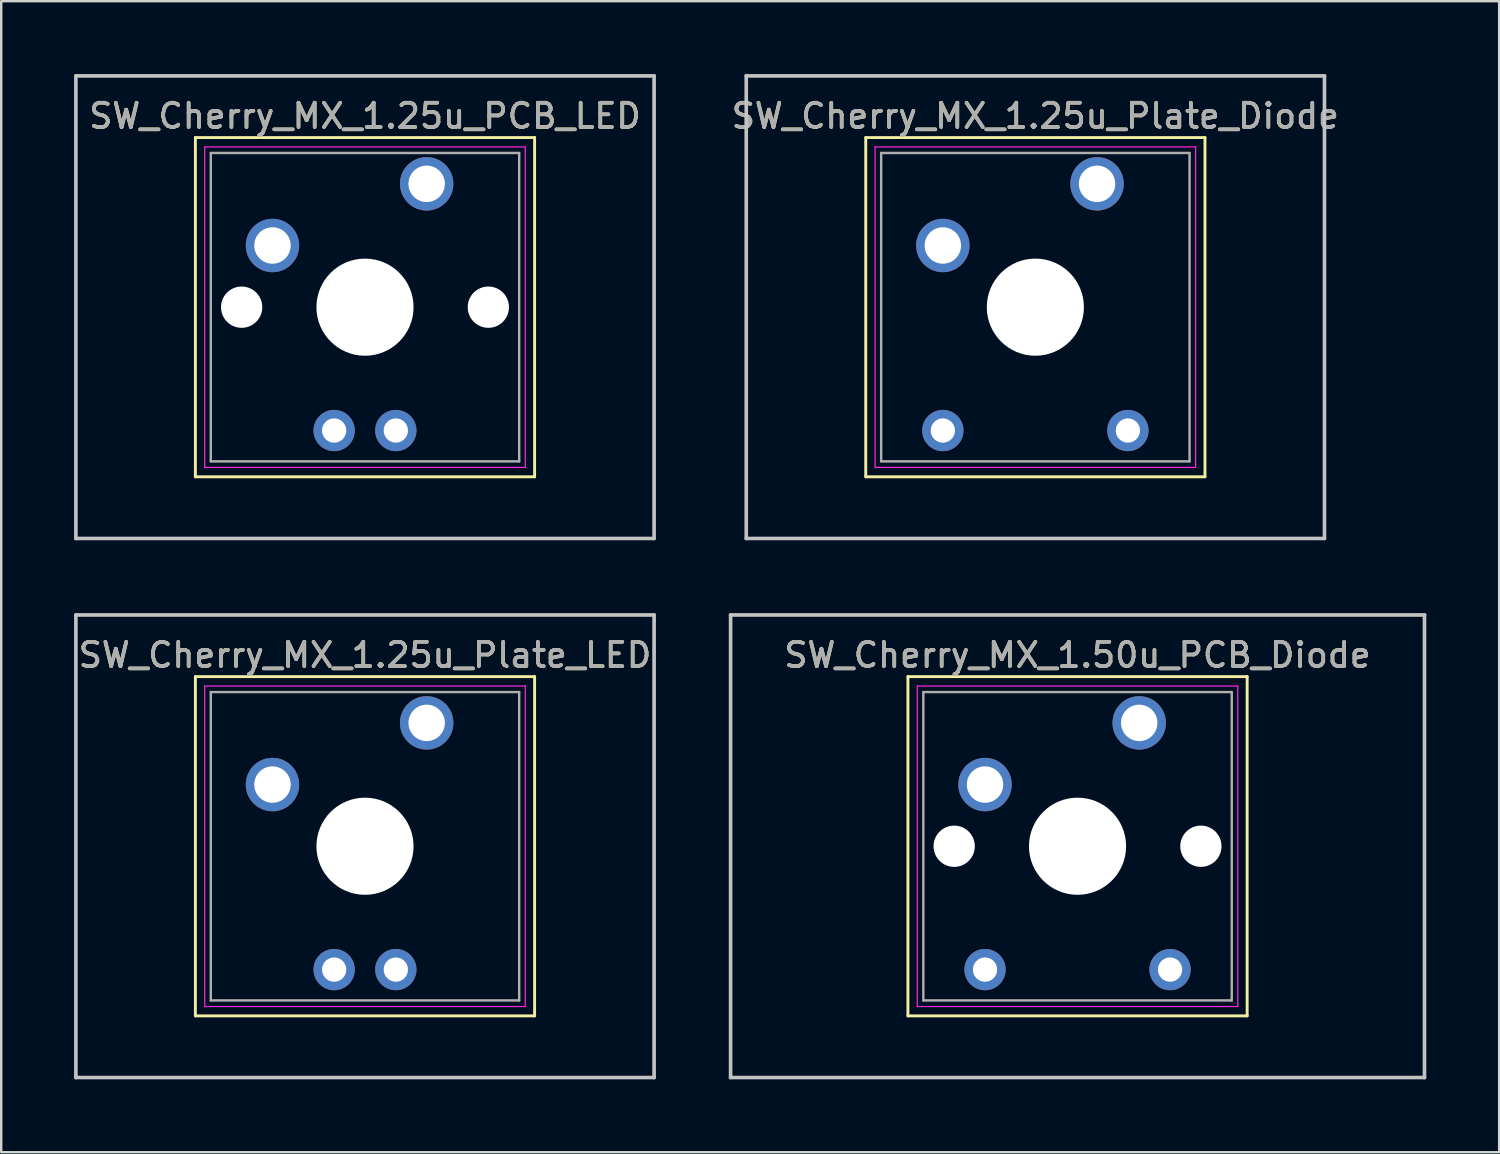
<source format=kicad_pcb>
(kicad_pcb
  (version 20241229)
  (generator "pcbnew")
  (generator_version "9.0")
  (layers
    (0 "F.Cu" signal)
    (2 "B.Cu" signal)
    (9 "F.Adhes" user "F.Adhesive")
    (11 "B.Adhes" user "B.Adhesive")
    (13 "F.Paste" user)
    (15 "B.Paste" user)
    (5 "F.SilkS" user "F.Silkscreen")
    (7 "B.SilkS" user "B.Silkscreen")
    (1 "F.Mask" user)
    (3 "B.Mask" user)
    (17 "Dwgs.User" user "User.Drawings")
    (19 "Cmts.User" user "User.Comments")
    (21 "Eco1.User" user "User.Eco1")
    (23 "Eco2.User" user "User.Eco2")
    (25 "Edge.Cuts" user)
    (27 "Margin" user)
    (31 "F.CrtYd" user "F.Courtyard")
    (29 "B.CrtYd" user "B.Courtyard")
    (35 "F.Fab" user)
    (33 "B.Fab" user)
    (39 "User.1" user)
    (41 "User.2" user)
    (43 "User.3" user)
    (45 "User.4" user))
  (footprint "SW_Cherry_MX_1.25u_Plate_Diode"
    (layer "F.Cu")
    (at 42.128 4.52)
    (property "Reference" "SW_Cherry_MX_1.25u_Plate_Diode" (at -2.54 -2.794 0) (layer "F.SilkS") (effects (font (size 1 1) (thickness 0.15))))
    (attr through_hole)
    (fp_line (start -9.525 -1.905) (end 4.445 -1.905) (stroke (width 0.12) (type solid)) (layer "F.SilkS"))
    (fp_line (start -9.525 12.065) (end -9.525 -1.905) (stroke (width 0.12) (type solid)) (layer "F.SilkS"))
    (fp_line (start 4.445 -1.905) (end 4.445 12.065) (stroke (width 0.12) (type solid)) (layer "F.SilkS"))
    (fp_line (start 4.445 12.065) (end -9.525 12.065) (stroke (width 0.12) (type solid)) (layer "F.SilkS"))
    (fp_line (start -14.446 -4.445) (end 9.366 -4.445) (stroke (width 0.15) (type solid)) (layer "Dwgs.User"))
    (fp_line (start -14.446 14.605) (end -14.446 -4.445) (stroke (width 0.15) (type solid)) (layer "Dwgs.User"))
    (fp_line (start 9.366 -4.445) (end 9.366 14.605) (stroke (width 0.15) (type solid)) (layer "Dwgs.User"))
    (fp_line (start 9.366 14.605) (end -14.446 14.605) (stroke (width 0.15) (type solid)) (layer "Dwgs.User"))
    (fp_line (start -9.14 -1.52) (end 4.06 -1.52) (stroke (width 0.05) (type solid)) (layer "F.CrtYd"))
    (fp_line (start -9.14 11.68) (end -9.14 -1.52) (stroke (width 0.05) (type solid)) (layer "F.CrtYd"))
    (fp_line (start 4.06 -1.52) (end 4.06 11.68) (stroke (width 0.05) (type solid)) (layer "F.CrtYd"))
    (fp_line (start 4.06 11.68) (end -9.14 11.68) (stroke (width 0.05) (type solid)) (layer "F.CrtYd"))
    (fp_line (start -8.89 -1.27) (end 3.81 -1.27) (stroke (width 0.1) (type solid)) (layer "F.Fab"))
    (fp_line (start -8.89 11.43) (end -8.89 -1.27) (stroke (width 0.1) (type solid)) (layer "F.Fab"))
    (fp_line (start 3.81 -1.27) (end 3.81 11.43) (stroke (width 0.1) (type solid)) (layer "F.Fab"))
    (fp_line (start 3.81 11.43) (end -8.89 11.43) (stroke (width 0.1) (type solid)) (layer "F.Fab"))
    (fp_text user "${REFERENCE}" (at -2.54 -2.794 0) (layer "F.Fab") (effects (font (size 1 1) (thickness 0.15))))
    (pad "" np_thru_hole circle (at -2.54 5.08) (size 4 4) (drill 4) (layers "*.Cu" "*.Mask"))
    (pad "1" thru_hole circle (at 0 0) (size 2.2 2.2) (drill 1.5) (layers "*.Cu" "*.Mask"))
    (pad "2" thru_hole circle (at -6.35 2.54) (size 2.2 2.2) (drill 1.5) (layers "*.Cu" "*.Mask"))
    (pad "3" thru_hole circle (at 1.27 10.16) (size 1.7 1.7) (drill 1) (layers "*.Cu" "*.Mask"))
    (pad "4" thru_hole circle (at -6.35 10.16) (size 1.7 1.7) (drill 1) (layers "*.Cu" "*.Mask")))
  (footprint "SW_Cherry_MX_1.25u_Plate_LED"
    (layer "F.Cu")
    (at 14.521 26.72)
    (property "Reference" "SW_Cherry_MX_1.25u_Plate_LED" (at -2.54 -2.794 0) (layer "F.SilkS") (effects (font (size 1 1) (thickness 0.15))))
    (attr through_hole)
    (fp_line (start -9.525 -1.905) (end 4.445 -1.905) (stroke (width 0.12) (type solid)) (layer "F.SilkS"))
    (fp_line (start -9.525 12.065) (end -9.525 -1.905) (stroke (width 0.12) (type solid)) (layer "F.SilkS"))
    (fp_line (start 4.445 -1.905) (end 4.445 12.065) (stroke (width 0.12) (type solid)) (layer "F.SilkS"))
    (fp_line (start 4.445 12.065) (end -9.525 12.065) (stroke (width 0.12) (type solid)) (layer "F.SilkS"))
    (fp_line (start -14.446 -4.445) (end 9.366 -4.445) (stroke (width 0.15) (type solid)) (layer "Dwgs.User"))
    (fp_line (start -14.446 14.605) (end -14.446 -4.445) (stroke (width 0.15) (type solid)) (layer "Dwgs.User"))
    (fp_line (start 9.366 -4.445) (end 9.366 14.605) (stroke (width 0.15) (type solid)) (layer "Dwgs.User"))
    (fp_line (start 9.366 14.605) (end -14.446 14.605) (stroke (width 0.15) (type solid)) (layer "Dwgs.User"))
    (fp_line (start -9.14 -1.52) (end 4.06 -1.52) (stroke (width 0.05) (type solid)) (layer "F.CrtYd"))
    (fp_line (start -9.14 11.68) (end -9.14 -1.52) (stroke (width 0.05) (type solid)) (layer "F.CrtYd"))
    (fp_line (start 4.06 -1.52) (end 4.06 11.68) (stroke (width 0.05) (type solid)) (layer "F.CrtYd"))
    (fp_line (start 4.06 11.68) (end -9.14 11.68) (stroke (width 0.05) (type solid)) (layer "F.CrtYd"))
    (fp_line (start -8.89 -1.27) (end 3.81 -1.27) (stroke (width 0.1) (type solid)) (layer "F.Fab"))
    (fp_line (start -8.89 11.43) (end -8.89 -1.27) (stroke (width 0.1) (type solid)) (layer "F.Fab"))
    (fp_line (start 3.81 -1.27) (end 3.81 11.43) (stroke (width 0.1) (type solid)) (layer "F.Fab"))
    (fp_line (start 3.81 11.43) (end -8.89 11.43) (stroke (width 0.1) (type solid)) (layer "F.Fab"))
    (fp_text user "${REFERENCE}" (at -2.54 -2.794 0) (layer "F.Fab") (effects (font (size 1 1) (thickness 0.15))))
    (pad "" np_thru_hole circle (at -2.54 5.08) (size 4 4) (drill 4) (layers "*.Cu" "*.Mask"))
    (pad "1" thru_hole circle (at 0 0) (size 2.2 2.2) (drill 1.5) (layers "*.Cu" "*.Mask"))
    (pad "2" thru_hole circle (at -6.35 2.54) (size 2.2 2.2) (drill 1.5) (layers "*.Cu" "*.Mask"))
    (pad "3" thru_hole circle (at -1.27 10.16) (size 1.7 1.7) (drill 1) (layers "*.Cu" "*.Mask"))
    (pad "4" thru_hole circle (at -3.81 10.16) (size 1.7 1.7) (drill 1) (layers "*.Cu" "*.Mask")))
  (footprint "SW_Cherry_MX_1.50u_PCB_Diode"
    (layer "F.Cu")
    (at 43.865 26.72)
    (property "Reference" "SW_Cherry_MX_1.50u_PCB_Diode" (at -2.54 -2.794 0) (layer "F.SilkS") (effects (font (size 1 1) (thickness 0.15))))
    (attr through_hole)
    (fp_line (start -9.525 -1.905) (end 4.445 -1.905) (stroke (width 0.12) (type solid)) (layer "F.SilkS"))
    (fp_line (start -9.525 12.065) (end -9.525 -1.905) (stroke (width 0.12) (type solid)) (layer "F.SilkS"))
    (fp_line (start 4.445 -1.905) (end 4.445 12.065) (stroke (width 0.12) (type solid)) (layer "F.SilkS"))
    (fp_line (start 4.445 12.065) (end -9.525 12.065) (stroke (width 0.12) (type solid)) (layer "F.SilkS"))
    (fp_line (start -16.828 -4.445) (end 11.748 -4.445) (stroke (width 0.15) (type solid)) (layer "Dwgs.User"))
    (fp_line (start -16.828 14.605) (end -16.828 -4.445) (stroke (width 0.15) (type solid)) (layer "Dwgs.User"))
    (fp_line (start 11.748 -4.445) (end 11.748 14.605) (stroke (width 0.15) (type solid)) (layer "Dwgs.User"))
    (fp_line (start 11.748 14.605) (end -16.828 14.605) (stroke (width 0.15) (type solid)) (layer "Dwgs.User"))
    (fp_line (start -9.14 -1.52) (end 4.06 -1.52) (stroke (width 0.05) (type solid)) (layer "F.CrtYd"))
    (fp_line (start -9.14 11.68) (end -9.14 -1.52) (stroke (width 0.05) (type solid)) (layer "F.CrtYd"))
    (fp_line (start 4.06 -1.52) (end 4.06 11.68) (stroke (width 0.05) (type solid)) (layer "F.CrtYd"))
    (fp_line (start 4.06 11.68) (end -9.14 11.68) (stroke (width 0.05) (type solid)) (layer "F.CrtYd"))
    (fp_line (start -8.89 -1.27) (end 3.81 -1.27) (stroke (width 0.1) (type solid)) (layer "F.Fab"))
    (fp_line (start -8.89 11.43) (end -8.89 -1.27) (stroke (width 0.1) (type solid)) (layer "F.Fab"))
    (fp_line (start 3.81 -1.27) (end 3.81 11.43) (stroke (width 0.1) (type solid)) (layer "F.Fab"))
    (fp_line (start 3.81 11.43) (end -8.89 11.43) (stroke (width 0.1) (type solid)) (layer "F.Fab"))
    (fp_text user "${REFERENCE}" (at -2.54 -2.794 0) (layer "F.Fab") (effects (font (size 1 1) (thickness 0.15))))
    (pad "" np_thru_hole circle (at -7.62 5.08) (size 1.7 1.7) (drill 1.7) (layers "*.Cu" "*.Mask"))
    (pad "" np_thru_hole circle (at -2.54 5.08) (size 4 4) (drill 4) (layers "*.Cu" "*.Mask"))
    (pad "" np_thru_hole circle (at 2.54 5.08) (size 1.7 1.7) (drill 1.7) (layers "*.Cu" "*.Mask"))
    (pad "1" thru_hole circle (at 0 0) (size 2.2 2.2) (drill 1.5) (layers "*.Cu" "*.Mask"))
    (pad "2" thru_hole circle (at -6.35 2.54) (size 2.2 2.2) (drill 1.5) (layers "*.Cu" "*.Mask"))
    (pad "3" thru_hole circle (at 1.27 10.16) (size 1.7 1.7) (drill 1) (layers "*.Cu" "*.Mask"))
    (pad "4" thru_hole circle (at -6.35 10.16) (size 1.7 1.7) (drill 1) (layers "*.Cu" "*.Mask")))
  (footprint "SW_Cherry_MX_1.25u_PCB_LED"
    (layer "F.Cu")
    (at 14.521 4.52)
    (property "Reference" "SW_Cherry_MX_1.25u_PCB_LED" (at -2.54 -2.794 0) (layer "F.SilkS") (effects (font (size 1 1) (thickness 0.15))))
    (attr through_hole)
    (fp_line (start -9.525 -1.905) (end 4.445 -1.905) (stroke (width 0.12) (type solid)) (layer "F.SilkS"))
    (fp_line (start -9.525 12.065) (end -9.525 -1.905) (stroke (width 0.12) (type solid)) (layer "F.SilkS"))
    (fp_line (start 4.445 -1.905) (end 4.445 12.065) (stroke (width 0.12) (type solid)) (layer "F.SilkS"))
    (fp_line (start 4.445 12.065) (end -9.525 12.065) (stroke (width 0.12) (type solid)) (layer "F.SilkS"))
    (fp_line (start -14.446 -4.445) (end 9.366 -4.445) (stroke (width 0.15) (type solid)) (layer "Dwgs.User"))
    (fp_line (start -14.446 14.605) (end -14.446 -4.445) (stroke (width 0.15) (type solid)) (layer "Dwgs.User"))
    (fp_line (start 9.366 -4.445) (end 9.366 14.605) (stroke (width 0.15) (type solid)) (layer "Dwgs.User"))
    (fp_line (start 9.366 14.605) (end -14.446 14.605) (stroke (width 0.15) (type solid)) (layer "Dwgs.User"))
    (fp_line (start -9.14 -1.52) (end 4.06 -1.52) (stroke (width 0.05) (type solid)) (layer "F.CrtYd"))
    (fp_line (start -9.14 11.68) (end -9.14 -1.52) (stroke (width 0.05) (type solid)) (layer "F.CrtYd"))
    (fp_line (start 4.06 -1.52) (end 4.06 11.68) (stroke (width 0.05) (type solid)) (layer "F.CrtYd"))
    (fp_line (start 4.06 11.68) (end -9.14 11.68) (stroke (width 0.05) (type solid)) (layer "F.CrtYd"))
    (fp_line (start -8.89 -1.27) (end 3.81 -1.27) (stroke (width 0.1) (type solid)) (layer "F.Fab"))
    (fp_line (start -8.89 11.43) (end -8.89 -1.27) (stroke (width 0.1) (type solid)) (layer "F.Fab"))
    (fp_line (start 3.81 -1.27) (end 3.81 11.43) (stroke (width 0.1) (type solid)) (layer "F.Fab"))
    (fp_line (start 3.81 11.43) (end -8.89 11.43) (stroke (width 0.1) (type solid)) (layer "F.Fab"))
    (fp_text user "${REFERENCE}" (at -2.54 -2.794 0) (layer "F.Fab") (effects (font (size 1 1) (thickness 0.15))))
    (pad "" np_thru_hole circle (at -7.62 5.08) (size 1.7 1.7) (drill 1.7) (layers "*.Cu" "*.Mask"))
    (pad "" np_thru_hole circle (at -2.54 5.08) (size 4 4) (drill 4) (layers "*.Cu" "*.Mask"))
    (pad "" np_thru_hole circle (at 2.54 5.08) (size 1.7 1.7) (drill 1.7) (layers "*.Cu" "*.Mask"))
    (pad "1" thru_hole circle (at 0 0) (size 2.2 2.2) (drill 1.5) (layers "*.Cu" "*.Mask"))
    (pad "2" thru_hole circle (at -6.35 2.54) (size 2.2 2.2) (drill 1.5) (layers "*.Cu" "*.Mask"))
    (pad "3" thru_hole circle (at -1.27 10.16) (size 1.7 1.7) (drill 1) (layers "*.Cu" "*.Mask"))
    (pad "4" thru_hole circle (at -3.81 10.16) (size 1.7 1.7) (drill 1) (layers "*.Cu" "*.Mask")))
  (gr_rect
    (start -3 -3)
    (end 58.688 44.4)
    (stroke (width 0.1) (type default))
    (fill no)
    (layer "Edge.Cuts")))
</source>
